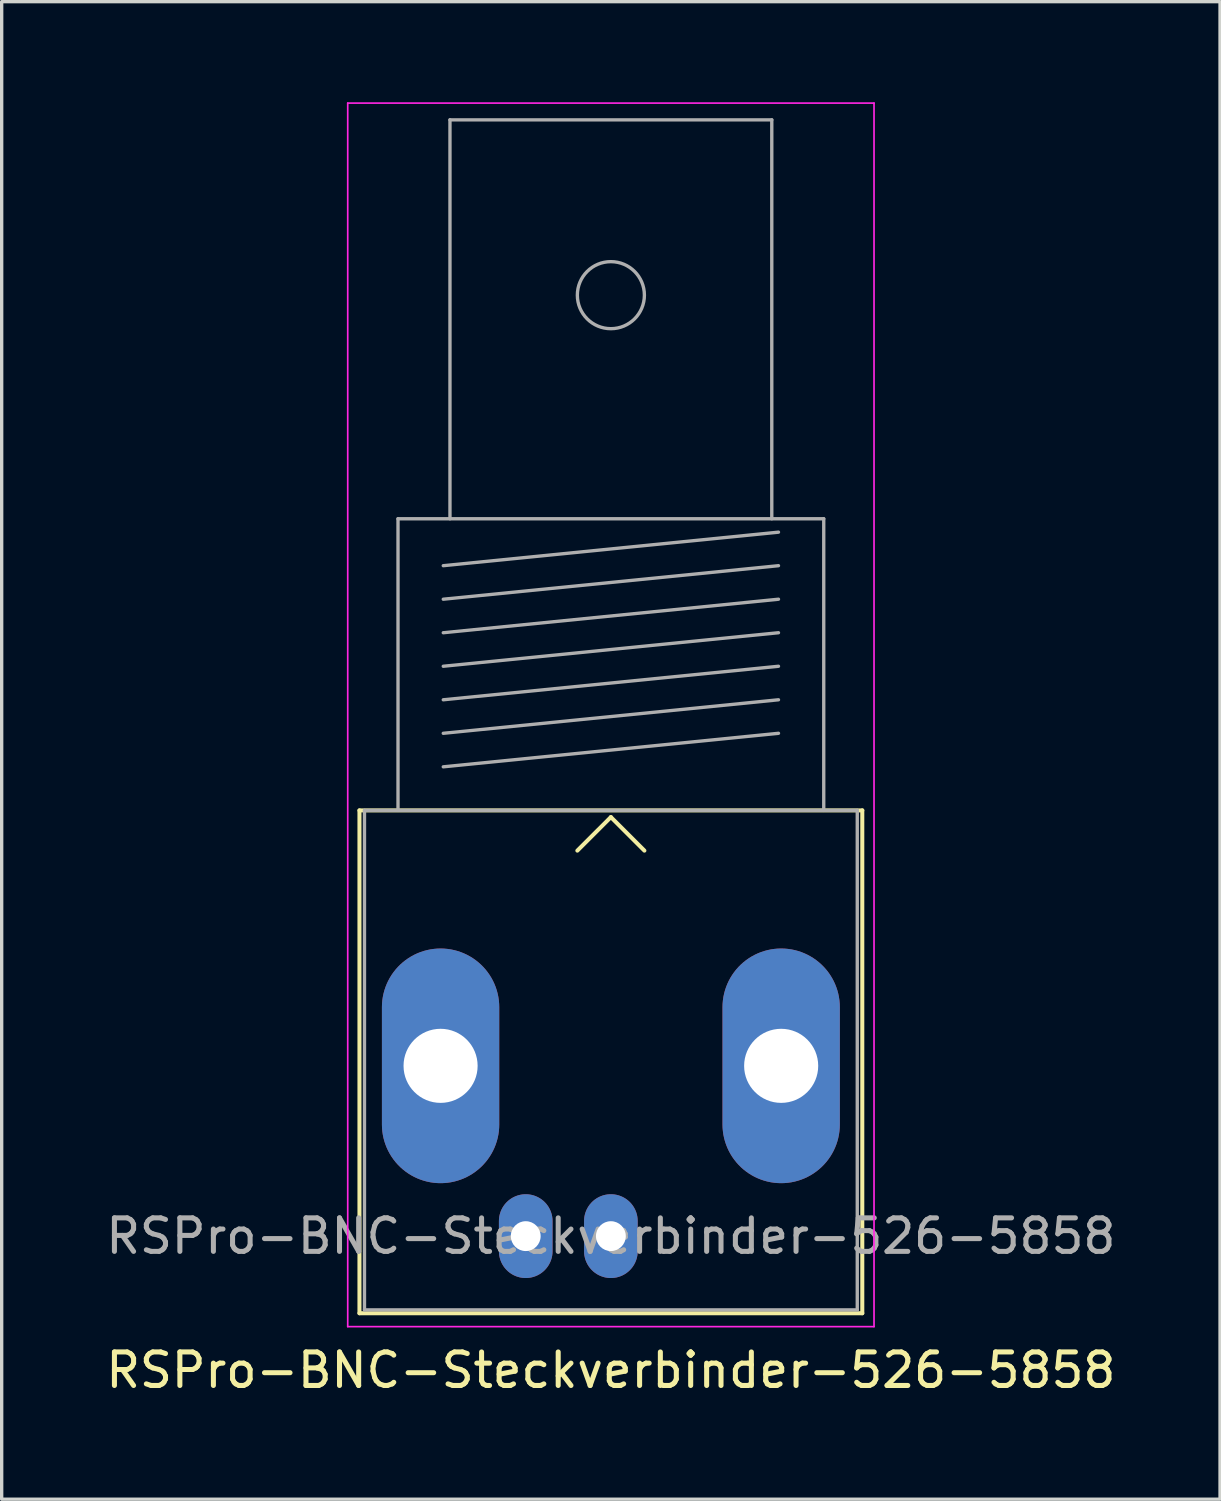
<source format=kicad_pcb>
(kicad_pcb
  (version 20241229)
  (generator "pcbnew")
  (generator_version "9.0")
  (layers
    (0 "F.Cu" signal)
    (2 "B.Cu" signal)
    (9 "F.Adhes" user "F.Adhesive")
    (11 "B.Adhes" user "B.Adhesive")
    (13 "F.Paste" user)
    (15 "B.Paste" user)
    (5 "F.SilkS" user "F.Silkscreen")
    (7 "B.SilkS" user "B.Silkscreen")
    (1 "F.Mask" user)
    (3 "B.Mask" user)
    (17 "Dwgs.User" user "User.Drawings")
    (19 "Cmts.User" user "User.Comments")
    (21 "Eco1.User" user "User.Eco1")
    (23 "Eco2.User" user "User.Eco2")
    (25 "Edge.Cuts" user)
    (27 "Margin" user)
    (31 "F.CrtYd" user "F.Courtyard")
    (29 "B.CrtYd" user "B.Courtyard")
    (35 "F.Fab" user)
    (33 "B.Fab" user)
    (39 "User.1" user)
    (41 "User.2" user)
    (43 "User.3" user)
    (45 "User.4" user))
  (footprint "RSPro-BNC-Steckverbinder-526-5858"
    (layer "F.Cu")
    (at 27.873 30.015)
    (property "Reference" "RSPro-BNC-Steckverbinder-526-5858" (at -12.7 7.81 0) (layer "F.SilkS") (effects (font (size 1 1) (thickness 0.15))))
    (attr through_hole)
    (fp_line (start -20.2 -8.89) (end -5.2 -8.89) (stroke (width 0.12) (type solid)) (layer "F.SilkS"))
    (fp_line (start -20.2 6.11) (end -20.2 -8.89) (stroke (width 0.12) (type solid)) (layer "F.SilkS"))
    (fp_line (start -12.7 -8.69) (end -13.7 -7.69) (stroke (width 0.12) (type solid)) (layer "F.SilkS"))
    (fp_line (start -12.7 -8.69) (end -11.7 -7.69) (stroke (width 0.12) (type solid)) (layer "F.SilkS"))
    (fp_line (start -5.2 -8.89) (end -5.2 6.11) (stroke (width 0.12) (type solid)) (layer "F.SilkS"))
    (fp_line (start -5.2 6.11) (end -20.2 6.11) (stroke (width 0.12) (type solid)) (layer "F.SilkS"))
    (fp_line (start -20.55 6.51) (end -20.55 -29.99) (stroke (width 0.05) (type solid)) (layer "F.CrtYd"))
    (fp_line (start -20.55 6.51) (end -4.85 6.51) (stroke (width 0.05) (type solid)) (layer "F.CrtYd"))
    (fp_line (start -4.85 -29.99) (end -20.55 -29.99) (stroke (width 0.05) (type solid)) (layer "F.CrtYd"))
    (fp_line (start -4.85 6.51) (end -4.85 -29.99) (stroke (width 0.05) (type solid)) (layer "F.CrtYd"))
    (fp_line (start -20.05 -8.89) (end -20.05 6.01) (stroke (width 0.1) (type solid)) (layer "F.Fab"))
    (fp_line (start -20.05 6.01) (end -5.35 6.01) (stroke (width 0.1) (type solid)) (layer "F.Fab"))
    (fp_line (start -19.05 -17.59) (end -19.05 -8.89) (stroke (width 0.1) (type solid)) (layer "F.Fab"))
    (fp_line (start -17.7 -16.19) (end -7.7 -17.19) (stroke (width 0.1) (type solid)) (layer "F.Fab"))
    (fp_line (start -17.7 -15.19) (end -7.7 -16.19) (stroke (width 0.1) (type solid)) (layer "F.Fab"))
    (fp_line (start -17.7 -14.19) (end -7.7 -15.19) (stroke (width 0.1) (type solid)) (layer "F.Fab"))
    (fp_line (start -17.7 -13.19) (end -7.7 -14.19) (stroke (width 0.1) (type solid)) (layer "F.Fab"))
    (fp_line (start -17.7 -12.19) (end -7.7 -13.19) (stroke (width 0.1) (type solid)) (layer "F.Fab"))
    (fp_line (start -17.7 -11.19) (end -7.7 -12.19) (stroke (width 0.1) (type solid)) (layer "F.Fab"))
    (fp_line (start -17.7 -10.19) (end -7.7 -11.19) (stroke (width 0.1) (type solid)) (layer "F.Fab"))
    (fp_line (start -17.5 -29.49) (end -17.5 -17.59) (stroke (width 0.1) (type solid)) (layer "F.Fab"))
    (fp_line (start -7.9 -29.49) (end -17.5 -29.49) (stroke (width 0.1) (type solid)) (layer "F.Fab"))
    (fp_line (start -7.9 -17.59) (end -7.9 -29.49) (stroke (width 0.1) (type solid)) (layer "F.Fab"))
    (fp_line (start -6.35 -17.59) (end -19.05 -17.59) (stroke (width 0.1) (type solid)) (layer "F.Fab"))
    (fp_line (start -6.35 -8.89) (end -6.35 -17.59) (stroke (width 0.1) (type solid)) (layer "F.Fab"))
    (fp_line (start -5.35 -8.89) (end -20.05 -8.89) (stroke (width 0.1) (type solid)) (layer "F.Fab"))
    (fp_line (start -5.35 6.01) (end -5.35 -8.89) (stroke (width 0.1) (type solid)) (layer "F.Fab"))
    (fp_circle (center -12.7 -24.26) (end -11.7 -24.26) (stroke (width 0.1) (type solid)) (fill no) (layer "F.Fab"))
    (fp_text user "${REFERENCE}" (at -12.7 3.81 0) (layer "F.Fab") (effects (font (size 1 1) (thickness 0.15))))
    (pad "1" thru_hole oval (at -12.7 3.81) (size 1.6 2.5) (drill 0.89) (layers "*.Cu" "*.Mask"))
    (pad "2" thru_hole oval (at -17.78 -1.27) (size 3.5 7) (drill 2.21) (layers "*.Cu" "*.Mask"))
    (pad "2" thru_hole oval (at -15.24 3.81) (size 1.6 2.5) (drill 0.89) (layers "*.Cu" "*.Mask"))
    (pad "2" thru_hole oval (at -7.62 -1.27) (size 3.5 7) (drill 2.21) (layers "*.Cu" "*.Mask")))
  (gr_rect
    (start -3 -3)
    (end 33.345 41.673)
    (stroke (width 0.1) (type default))
    (fill no)
    (layer "Edge.Cuts")))
</source>
